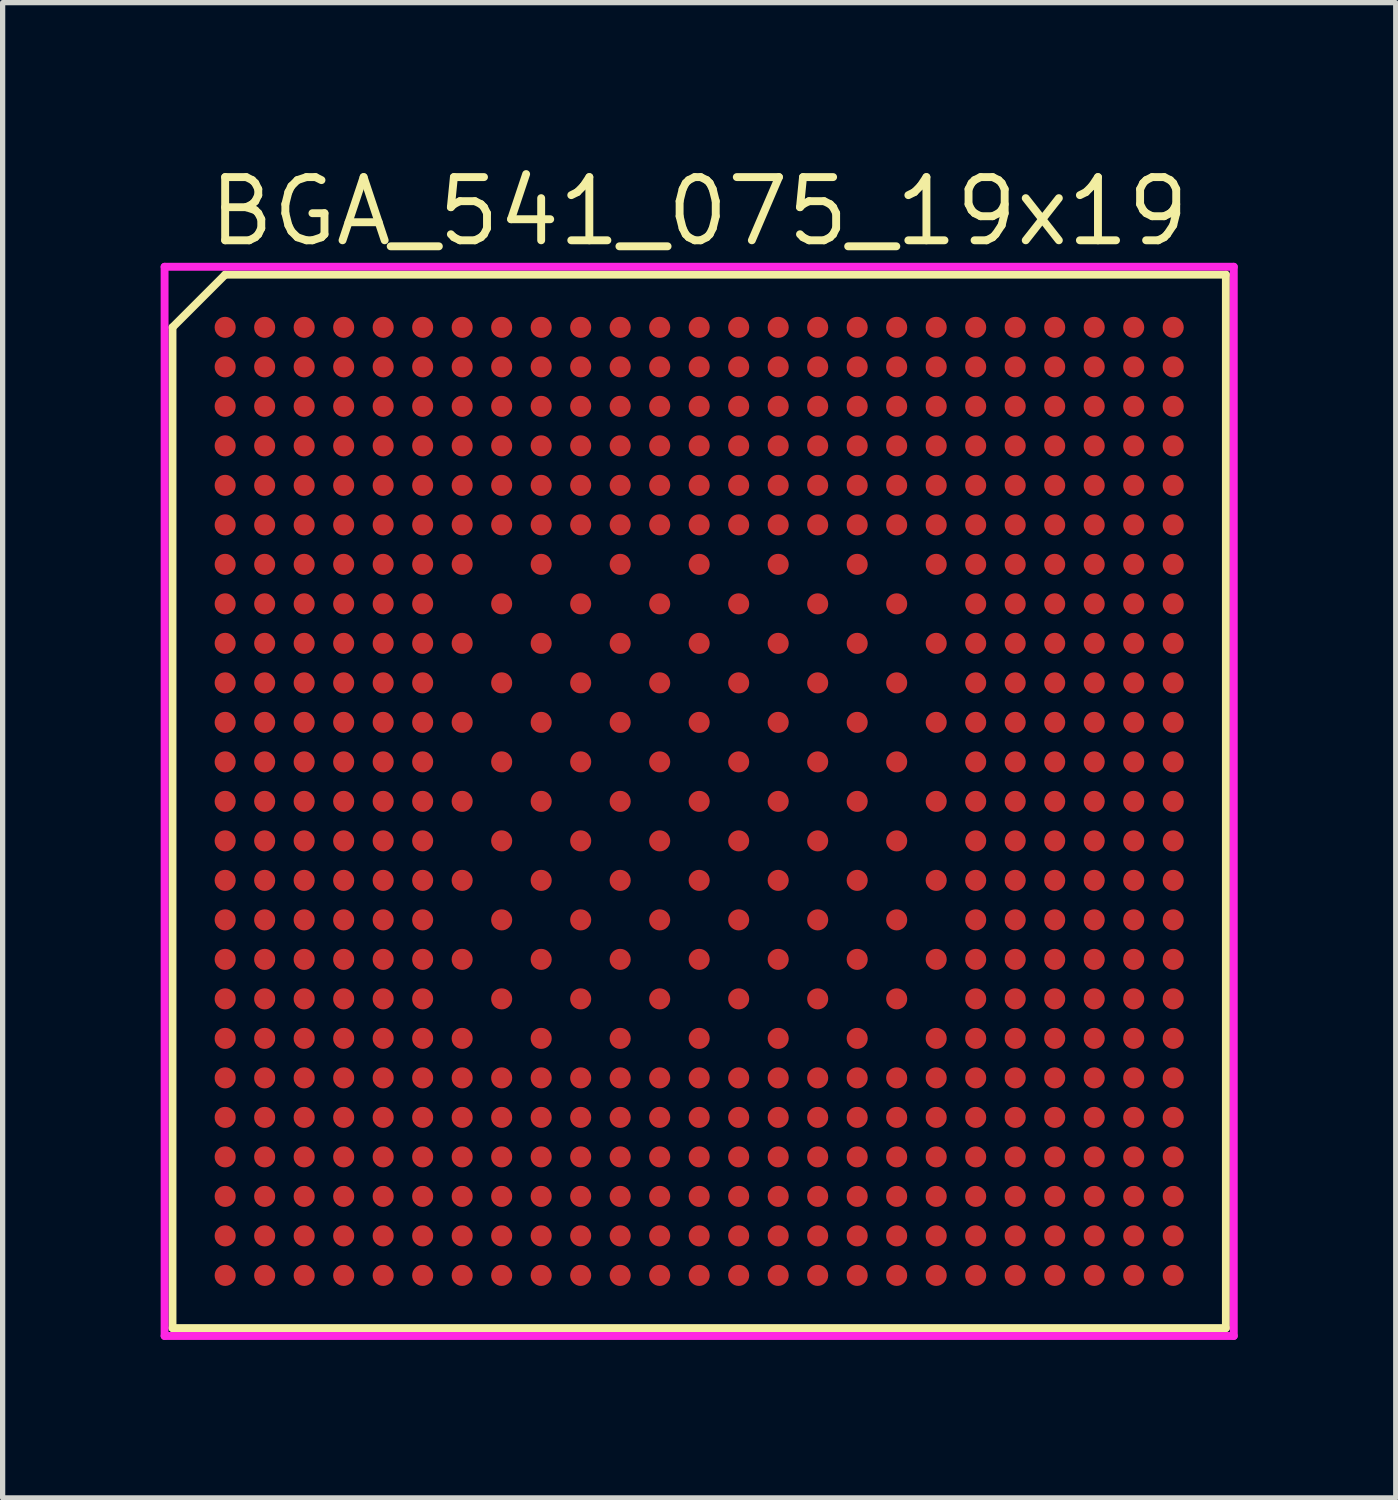
<source format=kicad_pcb>
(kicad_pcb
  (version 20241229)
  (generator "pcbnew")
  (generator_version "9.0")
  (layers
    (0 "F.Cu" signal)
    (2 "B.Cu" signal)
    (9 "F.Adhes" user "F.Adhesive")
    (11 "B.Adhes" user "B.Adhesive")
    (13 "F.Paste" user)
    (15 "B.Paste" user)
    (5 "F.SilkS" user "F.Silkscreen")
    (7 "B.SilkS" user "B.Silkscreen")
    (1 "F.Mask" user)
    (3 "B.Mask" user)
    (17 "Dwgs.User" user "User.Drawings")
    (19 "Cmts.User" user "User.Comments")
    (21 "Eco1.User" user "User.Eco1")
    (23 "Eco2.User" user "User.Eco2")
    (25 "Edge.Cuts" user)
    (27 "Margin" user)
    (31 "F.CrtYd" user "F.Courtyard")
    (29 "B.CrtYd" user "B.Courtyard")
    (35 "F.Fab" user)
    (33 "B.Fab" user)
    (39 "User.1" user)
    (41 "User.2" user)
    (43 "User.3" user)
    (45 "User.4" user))
  (footprint "BGA_541_075_19x19"
    (layer "F.Cu")
    (at 10.225 12.165)
    (property "Reference" "BGA_541_075_19x19" (at 0 -11.2 0) (layer "F.SilkS") (effects (font (size 1.2 1.2) (thickness 0.15))))
    (attr through_hole)
    (fp_line (start -10 -9) (end -10 10) (stroke (width 0.15) (type solid)) (layer "F.SilkS"))
    (fp_line (start -10 10) (end 10 10) (stroke (width 0.15) (type solid)) (layer "F.SilkS"))
    (fp_line (start -9 -10) (end -10 -9) (stroke (width 0.15) (type solid)) (layer "F.SilkS"))
    (fp_line (start 10 -10) (end -9 -10) (stroke (width 0.15) (type solid)) (layer "F.SilkS"))
    (fp_line (start 10 10) (end 10 -10) (stroke (width 0.15) (type solid)) (layer "F.SilkS"))
    (fp_line (start -10.15 -10.15) (end 10.15 -10.15) (stroke (width 0.15) (type solid)) (layer "F.CrtYd"))
    (fp_line (start -10.15 10.15) (end -10.15 -10.15) (stroke (width 0.15) (type solid)) (layer "F.CrtYd"))
    (fp_line (start 10.15 -10.15) (end 10.15 10.15) (stroke (width 0.15) (type solid)) (layer "F.CrtYd"))
    (fp_line (start 10.15 10.15) (end -10.15 10.15) (stroke (width 0.15) (type solid)) (layer "F.CrtYd"))
    (pad "A01" smd circle (at -9 -9) (size 0.4 0.4) (layers "F.Cu" "F.Mask" "F.Paste"))
    (pad "A02" smd circle (at -8.25 -9) (size 0.4 0.4) (layers "F.Cu" "F.Mask" "F.Paste"))
    (pad "A03" smd circle (at -7.5 -9) (size 0.4 0.4) (layers "F.Cu" "F.Mask" "F.Paste"))
    (pad "A04" smd circle (at -6.75 -9) (size 0.4 0.4) (layers "F.Cu" "F.Mask" "F.Paste"))
    (pad "A05" smd circle (at -6 -9) (size 0.4 0.4) (layers "F.Cu" "F.Mask" "F.Paste"))
    (pad "A06" smd circle (at -5.25 -9) (size 0.4 0.4) (layers "F.Cu" "F.Mask" "F.Paste"))
    (pad "A07" smd circle (at -4.5 -9) (size 0.4 0.4) (layers "F.Cu" "F.Mask" "F.Paste"))
    (pad "A08" smd circle (at -3.75 -9) (size 0.4 0.4) (layers "F.Cu" "F.Mask" "F.Paste"))
    (pad "A09" smd circle (at -3 -9) (size 0.4 0.4) (layers "F.Cu" "F.Mask" "F.Paste"))
    (pad "A10" smd circle (at -2.25 -9) (size 0.4 0.4) (layers "F.Cu" "F.Mask" "F.Paste"))
    (pad "A11" smd circle (at -1.5 -9) (size 0.4 0.4) (layers "F.Cu" "F.Mask" "F.Paste"))
    (pad "A12" smd circle (at -0.75 -9) (size 0.4 0.4) (layers "F.Cu" "F.Mask" "F.Paste"))
    (pad "A13" smd circle (at 0 -9) (size 0.4 0.4) (layers "F.Cu" "F.Mask" "F.Paste"))
    (pad "A14" smd circle (at 0.75 -9) (size 0.4 0.4) (layers "F.Cu" "F.Mask" "F.Paste"))
    (pad "A15" smd circle (at 1.5 -9) (size 0.4 0.4) (layers "F.Cu" "F.Mask" "F.Paste"))
    (pad "A16" smd circle (at 2.25 -9) (size 0.4 0.4) (layers "F.Cu" "F.Mask" "F.Paste"))
    (pad "A17" smd circle (at 3 -9) (size 0.4 0.4) (layers "F.Cu" "F.Mask" "F.Paste"))
    (pad "A18" smd circle (at 3.75 -9) (size 0.4 0.4) (layers "F.Cu" "F.Mask" "F.Paste"))
    (pad "A19" smd circle (at 4.5 -9) (size 0.4 0.4) (layers "F.Cu" "F.Mask" "F.Paste"))
    (pad "A20" smd circle (at 5.25 -9) (size 0.4 0.4) (layers "F.Cu" "F.Mask" "F.Paste"))
    (pad "A21" smd circle (at 6 -9) (size 0.4 0.4) (layers "F.Cu" "F.Mask" "F.Paste"))
    (pad "A22" smd circle (at 6.75 -9) (size 0.4 0.4) (layers "F.Cu" "F.Mask" "F.Paste"))
    (pad "A23" smd circle (at 7.5 -9) (size 0.4 0.4) (layers "F.Cu" "F.Mask" "F.Paste"))
    (pad "A24" smd circle (at 8.25 -9) (size 0.4 0.4) (layers "F.Cu" "F.Mask" "F.Paste"))
    (pad "A25" smd circle (at 9 -9) (size 0.4 0.4) (layers "F.Cu" "F.Mask" "F.Paste"))
    (pad "AA01" smd circle (at -9 6) (size 0.4 0.4) (layers "F.Cu" "F.Mask" "F.Paste"))
    (pad "AA02" smd circle (at -8.25 6) (size 0.4 0.4) (layers "F.Cu" "F.Mask" "F.Paste"))
    (pad "AA03" smd circle (at -7.5 6) (size 0.4 0.4) (layers "F.Cu" "F.Mask" "F.Paste"))
    (pad "AA04" smd circle (at -6.75 6) (size 0.4 0.4) (layers "F.Cu" "F.Mask" "F.Paste"))
    (pad "AA05" smd circle (at -6 6) (size 0.4 0.4) (layers "F.Cu" "F.Mask" "F.Paste"))
    (pad "AA06" smd circle (at -5.25 6) (size 0.4 0.4) (layers "F.Cu" "F.Mask" "F.Paste"))
    (pad "AA07" smd circle (at -4.5 6) (size 0.4 0.4) (layers "F.Cu" "F.Mask" "F.Paste"))
    (pad "AA08" smd circle (at -3.75 6) (size 0.4 0.4) (layers "F.Cu" "F.Mask" "F.Paste"))
    (pad "AA09" smd circle (at -3 6) (size 0.4 0.4) (layers "F.Cu" "F.Mask" "F.Paste"))
    (pad "AA10" smd circle (at -2.25 6) (size 0.4 0.4) (layers "F.Cu" "F.Mask" "F.Paste"))
    (pad "AA11" smd circle (at -1.5 6) (size 0.4 0.4) (layers "F.Cu" "F.Mask" "F.Paste"))
    (pad "AA12" smd circle (at -0.75 6) (size 0.4 0.4) (layers "F.Cu" "F.Mask" "F.Paste"))
    (pad "AA13" smd circle (at 0 6) (size 0.4 0.4) (layers "F.Cu" "F.Mask" "F.Paste"))
    (pad "AA14" smd circle (at 0.75 6) (size 0.4 0.4) (layers "F.Cu" "F.Mask" "F.Paste"))
    (pad "AA15" smd circle (at 1.5 6) (size 0.4 0.4) (layers "F.Cu" "F.Mask" "F.Paste"))
    (pad "AA16" smd circle (at 2.25 6) (size 0.4 0.4) (layers "F.Cu" "F.Mask" "F.Paste"))
    (pad "AA17" smd circle (at 3 6) (size 0.4 0.4) (layers "F.Cu" "F.Mask" "F.Paste"))
    (pad "AA18" smd circle (at 3.75 6) (size 0.4 0.4) (layers "F.Cu" "F.Mask" "F.Paste"))
    (pad "AA19" smd circle (at 4.5 6) (size 0.4 0.4) (layers "F.Cu" "F.Mask" "F.Paste"))
    (pad "AA20" smd circle (at 5.25 6) (size 0.4 0.4) (layers "F.Cu" "F.Mask" "F.Paste"))
    (pad "AA21" smd circle (at 6 6) (size 0.4 0.4) (layers "F.Cu" "F.Mask" "F.Paste"))
    (pad "AA22" smd circle (at 6.75 6) (size 0.4 0.4) (layers "F.Cu" "F.Mask" "F.Paste"))
    (pad "AA23" smd circle (at 7.5 6) (size 0.4 0.4) (layers "F.Cu" "F.Mask" "F.Paste"))
    (pad "AA24" smd circle (at 8.25 6) (size 0.4 0.4) (layers "F.Cu" "F.Mask" "F.Paste"))
    (pad "AA25" smd circle (at 9 6) (size 0.4 0.4) (layers "F.Cu" "F.Mask" "F.Paste"))
    (pad "AB01" smd circle (at -9 6.75) (size 0.4 0.4) (layers "F.Cu" "F.Mask" "F.Paste"))
    (pad "AB02" smd circle (at -8.25 6.75) (size 0.4 0.4) (layers "F.Cu" "F.Mask" "F.Paste"))
    (pad "AB03" smd circle (at -7.5 6.75) (size 0.4 0.4) (layers "F.Cu" "F.Mask" "F.Paste"))
    (pad "AB04" smd circle (at -6.75 6.75) (size 0.4 0.4) (layers "F.Cu" "F.Mask" "F.Paste"))
    (pad "AB05" smd circle (at -6 6.75) (size 0.4 0.4) (layers "F.Cu" "F.Mask" "F.Paste"))
    (pad "AB06" smd circle (at -5.25 6.75) (size 0.4 0.4) (layers "F.Cu" "F.Mask" "F.Paste"))
    (pad "AB07" smd circle (at -4.5 6.75) (size 0.4 0.4) (layers "F.Cu" "F.Mask" "F.Paste"))
    (pad "AB08" smd circle (at -3.75 6.75) (size 0.4 0.4) (layers "F.Cu" "F.Mask" "F.Paste"))
    (pad "AB09" smd circle (at -3 6.75) (size 0.4 0.4) (layers "F.Cu" "F.Mask" "F.Paste"))
    (pad "AB10" smd circle (at -2.25 6.75) (size 0.4 0.4) (layers "F.Cu" "F.Mask" "F.Paste"))
    (pad "AB11" smd circle (at -1.5 6.75) (size 0.4 0.4) (layers "F.Cu" "F.Mask" "F.Paste"))
    (pad "AB12" smd circle (at -0.75 6.75) (size 0.4 0.4) (layers "F.Cu" "F.Mask" "F.Paste"))
    (pad "AB13" smd circle (at 0 6.75) (size 0.4 0.4) (layers "F.Cu" "F.Mask" "F.Paste"))
    (pad "AB14" smd circle (at 0.75 6.75) (size 0.4 0.4) (layers "F.Cu" "F.Mask" "F.Paste"))
    (pad "AB15" smd circle (at 1.5 6.75) (size 0.4 0.4) (layers "F.Cu" "F.Mask" "F.Paste"))
    (pad "AB16" smd circle (at 2.25 6.75) (size 0.4 0.4) (layers "F.Cu" "F.Mask" "F.Paste"))
    (pad "AB17" smd circle (at 3 6.75) (size 0.4 0.4) (layers "F.Cu" "F.Mask" "F.Paste"))
    (pad "AB18" smd circle (at 3.75 6.75) (size 0.4 0.4) (layers "F.Cu" "F.Mask" "F.Paste"))
    (pad "AB19" smd circle (at 4.5 6.75) (size 0.4 0.4) (layers "F.Cu" "F.Mask" "F.Paste"))
    (pad "AB20" smd circle (at 5.25 6.75) (size 0.4 0.4) (layers "F.Cu" "F.Mask" "F.Paste"))
    (pad "AB21" smd circle (at 6 6.75) (size 0.4 0.4) (layers "F.Cu" "F.Mask" "F.Paste"))
    (pad "AB22" smd circle (at 6.75 6.75) (size 0.4 0.4) (layers "F.Cu" "F.Mask" "F.Paste"))
    (pad "AB23" smd circle (at 7.5 6.75) (size 0.4 0.4) (layers "F.Cu" "F.Mask" "F.Paste"))
    (pad "AB24" smd circle (at 8.25 6.75) (size 0.4 0.4) (layers "F.Cu" "F.Mask" "F.Paste"))
    (pad "AB25" smd circle (at 9 6.75) (size 0.4 0.4) (layers "F.Cu" "F.Mask" "F.Paste"))
    (pad "AC01" smd circle (at -9 7.5) (size 0.4 0.4) (layers "F.Cu" "F.Mask" "F.Paste"))
    (pad "AC02" smd circle (at -8.25 7.5) (size 0.4 0.4) (layers "F.Cu" "F.Mask" "F.Paste"))
    (pad "AC03" smd circle (at -7.5 7.5) (size 0.4 0.4) (layers "F.Cu" "F.Mask" "F.Paste"))
    (pad "AC04" smd circle (at -6.75 7.5) (size 0.4 0.4) (layers "F.Cu" "F.Mask" "F.Paste"))
    (pad "AC05" smd circle (at -6 7.5) (size 0.4 0.4) (layers "F.Cu" "F.Mask" "F.Paste"))
    (pad "AC06" smd circle (at -5.25 7.5) (size 0.4 0.4) (layers "F.Cu" "F.Mask" "F.Paste"))
    (pad "AC07" smd circle (at -4.5 7.5) (size 0.4 0.4) (layers "F.Cu" "F.Mask" "F.Paste"))
    (pad "AC08" smd circle (at -3.75 7.5) (size 0.4 0.4) (layers "F.Cu" "F.Mask" "F.Paste"))
    (pad "AC09" smd circle (at -3 7.5) (size 0.4 0.4) (layers "F.Cu" "F.Mask" "F.Paste"))
    (pad "AC10" smd circle (at -2.25 7.5) (size 0.4 0.4) (layers "F.Cu" "F.Mask" "F.Paste"))
    (pad "AC11" smd circle (at -1.5 7.5) (size 0.4 0.4) (layers "F.Cu" "F.Mask" "F.Paste"))
    (pad "AC12" smd circle (at -0.75 7.5) (size 0.4 0.4) (layers "F.Cu" "F.Mask" "F.Paste"))
    (pad "AC13" smd circle (at 0 7.5) (size 0.4 0.4) (layers "F.Cu" "F.Mask" "F.Paste"))
    (pad "AC14" smd circle (at 0.75 7.5) (size 0.4 0.4) (layers "F.Cu" "F.Mask" "F.Paste"))
    (pad "AC15" smd circle (at 1.5 7.5) (size 0.4 0.4) (layers "F.Cu" "F.Mask" "F.Paste"))
    (pad "AC16" smd circle (at 2.25 7.5) (size 0.4 0.4) (layers "F.Cu" "F.Mask" "F.Paste"))
    (pad "AC17" smd circle (at 3 7.5) (size 0.4 0.4) (layers "F.Cu" "F.Mask" "F.Paste"))
    (pad "AC18" smd circle (at 3.75 7.5) (size 0.4 0.4) (layers "F.Cu" "F.Mask" "F.Paste"))
    (pad "AC19" smd circle (at 4.5 7.5) (size 0.4 0.4) (layers "F.Cu" "F.Mask" "F.Paste"))
    (pad "AC20" smd circle (at 5.25 7.5) (size 0.4 0.4) (layers "F.Cu" "F.Mask" "F.Paste"))
    (pad "AC21" smd circle (at 6 7.5) (size 0.4 0.4) (layers "F.Cu" "F.Mask" "F.Paste"))
    (pad "AC22" smd circle (at 6.75 7.5) (size 0.4 0.4) (layers "F.Cu" "F.Mask" "F.Paste"))
    (pad "AC23" smd circle (at 7.5 7.5) (size 0.4 0.4) (layers "F.Cu" "F.Mask" "F.Paste"))
    (pad "AC24" smd circle (at 8.25 7.5) (size 0.4 0.4) (layers "F.Cu" "F.Mask" "F.Paste"))
    (pad "AC25" smd circle (at 9 7.5) (size 0.4 0.4) (layers "F.Cu" "F.Mask" "F.Paste"))
    (pad "AD01" smd circle (at -9 8.25) (size 0.4 0.4) (layers "F.Cu" "F.Mask" "F.Paste"))
    (pad "AD02" smd circle (at -8.25 8.25) (size 0.4 0.4) (layers "F.Cu" "F.Mask" "F.Paste"))
    (pad "AD03" smd circle (at -7.5 8.25) (size 0.4 0.4) (layers "F.Cu" "F.Mask" "F.Paste"))
    (pad "AD04" smd circle (at -6.75 8.25) (size 0.4 0.4) (layers "F.Cu" "F.Mask" "F.Paste"))
    (pad "AD05" smd circle (at -6 8.25) (size 0.4 0.4) (layers "F.Cu" "F.Mask" "F.Paste"))
    (pad "AD06" smd circle (at -5.25 8.25) (size 0.4 0.4) (layers "F.Cu" "F.Mask" "F.Paste"))
    (pad "AD07" smd circle (at -4.5 8.25) (size 0.4 0.4) (layers "F.Cu" "F.Mask" "F.Paste"))
    (pad "AD08" smd circle (at -3.75 8.25) (size 0.4 0.4) (layers "F.Cu" "F.Mask" "F.Paste"))
    (pad "AD09" smd circle (at -3 8.25) (size 0.4 0.4) (layers "F.Cu" "F.Mask" "F.Paste"))
    (pad "AD10" smd circle (at -2.25 8.25) (size 0.4 0.4) (layers "F.Cu" "F.Mask" "F.Paste"))
    (pad "AD11" smd circle (at -1.5 8.25) (size 0.4 0.4) (layers "F.Cu" "F.Mask" "F.Paste"))
    (pad "AD12" smd circle (at -0.75 8.25) (size 0.4 0.4) (layers "F.Cu" "F.Mask" "F.Paste"))
    (pad "AD13" smd circle (at 0 8.25) (size 0.4 0.4) (layers "F.Cu" "F.Mask" "F.Paste"))
    (pad "AD14" smd circle (at 0.75 8.25) (size 0.4 0.4) (layers "F.Cu" "F.Mask" "F.Paste"))
    (pad "AD15" smd circle (at 1.5 8.25) (size 0.4 0.4) (layers "F.Cu" "F.Mask" "F.Paste"))
    (pad "AD16" smd circle (at 2.25 8.25) (size 0.4 0.4) (layers "F.Cu" "F.Mask" "F.Paste"))
    (pad "AD17" smd circle (at 3 8.25) (size 0.4 0.4) (layers "F.Cu" "F.Mask" "F.Paste"))
    (pad "AD18" smd circle (at 3.75 8.25) (size 0.4 0.4) (layers "F.Cu" "F.Mask" "F.Paste"))
    (pad "AD19" smd circle (at 4.5 8.25) (size 0.4 0.4) (layers "F.Cu" "F.Mask" "F.Paste"))
    (pad "AD20" smd circle (at 5.25 8.25) (size 0.4 0.4) (layers "F.Cu" "F.Mask" "F.Paste"))
    (pad "AD21" smd circle (at 6 8.25) (size 0.4 0.4) (layers "F.Cu" "F.Mask" "F.Paste"))
    (pad "AD22" smd circle (at 6.75 8.25) (size 0.4 0.4) (layers "F.Cu" "F.Mask" "F.Paste"))
    (pad "AD23" smd circle (at 7.5 8.25) (size 0.4 0.4) (layers "F.Cu" "F.Mask" "F.Paste"))
    (pad "AD24" smd circle (at 8.25 8.25) (size 0.4 0.4) (layers "F.Cu" "F.Mask" "F.Paste"))
    (pad "AD25" smd circle (at 9 8.25) (size 0.4 0.4) (layers "F.Cu" "F.Mask" "F.Paste"))
    (pad "AE01" smd circle (at -9 9) (size 0.4 0.4) (layers "F.Cu" "F.Mask" "F.Paste"))
    (pad "AE02" smd circle (at -8.25 9) (size 0.4 0.4) (layers "F.Cu" "F.Mask" "F.Paste"))
    (pad "AE03" smd circle (at -7.5 9) (size 0.4 0.4) (layers "F.Cu" "F.Mask" "F.Paste"))
    (pad "AE04" smd circle (at -6.75 9) (size 0.4 0.4) (layers "F.Cu" "F.Mask" "F.Paste"))
    (pad "AE05" smd circle (at -6 9) (size 0.4 0.4) (layers "F.Cu" "F.Mask" "F.Paste"))
    (pad "AE06" smd circle (at -5.25 9) (size 0.4 0.4) (layers "F.Cu" "F.Mask" "F.Paste"))
    (pad "AE07" smd circle (at -4.5 9) (size 0.4 0.4) (layers "F.Cu" "F.Mask" "F.Paste"))
    (pad "AE08" smd circle (at -3.75 9) (size 0.4 0.4) (layers "F.Cu" "F.Mask" "F.Paste"))
    (pad "AE09" smd circle (at -3 9) (size 0.4 0.4) (layers "F.Cu" "F.Mask" "F.Paste"))
    (pad "AE10" smd circle (at -2.25 9) (size 0.4 0.4) (layers "F.Cu" "F.Mask" "F.Paste"))
    (pad "AE11" smd circle (at -1.5 9) (size 0.4 0.4) (layers "F.Cu" "F.Mask" "F.Paste"))
    (pad "AE12" smd circle (at -0.75 9) (size 0.4 0.4) (layers "F.Cu" "F.Mask" "F.Paste"))
    (pad "AE13" smd circle (at 0 9) (size 0.4 0.4) (layers "F.Cu" "F.Mask" "F.Paste"))
    (pad "AE14" smd circle (at 0.75 9) (size 0.4 0.4) (layers "F.Cu" "F.Mask" "F.Paste"))
    (pad "AE15" smd circle (at 1.5 9) (size 0.4 0.4) (layers "F.Cu" "F.Mask" "F.Paste"))
    (pad "AE16" smd circle (at 2.25 9) (size 0.4 0.4) (layers "F.Cu" "F.Mask" "F.Paste"))
    (pad "AE17" smd circle (at 3 9) (size 0.4 0.4) (layers "F.Cu" "F.Mask" "F.Paste"))
    (pad "AE18" smd circle (at 3.75 9) (size 0.4 0.4) (layers "F.Cu" "F.Mask" "F.Paste"))
    (pad "AE19" smd circle (at 4.5 9) (size 0.4 0.4) (layers "F.Cu" "F.Mask" "F.Paste"))
    (pad "AE20" smd circle (at 5.25 9) (size 0.4 0.4) (layers "F.Cu" "F.Mask" "F.Paste"))
    (pad "AE21" smd circle (at 6 9) (size 0.4 0.4) (layers "F.Cu" "F.Mask" "F.Paste"))
    (pad "AE22" smd circle (at 6.75 9) (size 0.4 0.4) (layers "F.Cu" "F.Mask" "F.Paste"))
    (pad "AE23" smd circle (at 7.5 9) (size 0.4 0.4) (layers "F.Cu" "F.Mask" "F.Paste"))
    (pad "AE24" smd circle (at 8.25 9) (size 0.4 0.4) (layers "F.Cu" "F.Mask" "F.Paste"))
    (pad "AE25" smd circle (at 9 9) (size 0.4 0.4) (layers "F.Cu" "F.Mask" "F.Paste"))
    (pad "B01" smd circle (at -9 -8.25) (size 0.4 0.4) (layers "F.Cu" "F.Mask" "F.Paste"))
    (pad "B02" smd circle (at -8.25 -8.25) (size 0.4 0.4) (layers "F.Cu" "F.Mask" "F.Paste"))
    (pad "B03" smd circle (at -7.5 -8.25) (size 0.4 0.4) (layers "F.Cu" "F.Mask" "F.Paste"))
    (pad "B04" smd circle (at -6.75 -8.25) (size 0.4 0.4) (layers "F.Cu" "F.Mask" "F.Paste"))
    (pad "B05" smd circle (at -6 -8.25) (size 0.4 0.4) (layers "F.Cu" "F.Mask" "F.Paste"))
    (pad "B06" smd circle (at -5.25 -8.25) (size 0.4 0.4) (layers "F.Cu" "F.Mask" "F.Paste"))
    (pad "B07" smd circle (at -4.5 -8.25) (size 0.4 0.4) (layers "F.Cu" "F.Mask" "F.Paste"))
    (pad "B08" smd circle (at -3.75 -8.25) (size 0.4 0.4) (layers "F.Cu" "F.Mask" "F.Paste"))
    (pad "B09" smd circle (at -3 -8.25) (size 0.4 0.4) (layers "F.Cu" "F.Mask" "F.Paste"))
    (pad "B10" smd circle (at -2.25 -8.25) (size 0.4 0.4) (layers "F.Cu" "F.Mask" "F.Paste"))
    (pad "B11" smd circle (at -1.5 -8.25) (size 0.4 0.4) (layers "F.Cu" "F.Mask" "F.Paste"))
    (pad "B12" smd circle (at -0.75 -8.25) (size 0.4 0.4) (layers "F.Cu" "F.Mask" "F.Paste"))
    (pad "B13" smd circle (at 0 -8.25) (size 0.4 0.4) (layers "F.Cu" "F.Mask" "F.Paste"))
    (pad "B14" smd circle (at 0.75 -8.25) (size 0.4 0.4) (layers "F.Cu" "F.Mask" "F.Paste"))
    (pad "B15" smd circle (at 1.5 -8.25) (size 0.4 0.4) (layers "F.Cu" "F.Mask" "F.Paste"))
    (pad "B16" smd circle (at 2.25 -8.25) (size 0.4 0.4) (layers "F.Cu" "F.Mask" "F.Paste"))
    (pad "B17" smd circle (at 3 -8.25) (size 0.4 0.4) (layers "F.Cu" "F.Mask" "F.Paste"))
    (pad "B18" smd circle (at 3.75 -8.25) (size 0.4 0.4) (layers "F.Cu" "F.Mask" "F.Paste"))
    (pad "B19" smd circle (at 4.5 -8.25) (size 0.4 0.4) (layers "F.Cu" "F.Mask" "F.Paste"))
    (pad "B20" smd circle (at 5.25 -8.25) (size 0.4 0.4) (layers "F.Cu" "F.Mask" "F.Paste"))
    (pad "B21" smd circle (at 6 -8.25) (size 0.4 0.4) (layers "F.Cu" "F.Mask" "F.Paste"))
    (pad "B22" smd circle (at 6.75 -8.25) (size 0.4 0.4) (layers "F.Cu" "F.Mask" "F.Paste"))
    (pad "B23" smd circle (at 7.5 -8.25) (size 0.4 0.4) (layers "F.Cu" "F.Mask" "F.Paste"))
    (pad "B24" smd circle (at 8.25 -8.25) (size 0.4 0.4) (layers "F.Cu" "F.Mask" "F.Paste"))
    (pad "B25" smd circle (at 9 -8.25) (size 0.4 0.4) (layers "F.Cu" "F.Mask" "F.Paste"))
    (pad "C01" smd circle (at -9 -7.5) (size 0.4 0.4) (layers "F.Cu" "F.Mask" "F.Paste"))
    (pad "C02" smd circle (at -8.25 -7.5) (size 0.4 0.4) (layers "F.Cu" "F.Mask" "F.Paste"))
    (pad "C03" smd circle (at -7.5 -7.5) (size 0.4 0.4) (layers "F.Cu" "F.Mask" "F.Paste"))
    (pad "C04" smd circle (at -6.75 -7.5) (size 0.4 0.4) (layers "F.Cu" "F.Mask" "F.Paste"))
    (pad "C05" smd circle (at -6 -7.5) (size 0.4 0.4) (layers "F.Cu" "F.Mask" "F.Paste"))
    (pad "C06" smd circle (at -5.25 -7.5) (size 0.4 0.4) (layers "F.Cu" "F.Mask" "F.Paste"))
    (pad "C07" smd circle (at -4.5 -7.5) (size 0.4 0.4) (layers "F.Cu" "F.Mask" "F.Paste"))
    (pad "C08" smd circle (at -3.75 -7.5) (size 0.4 0.4) (layers "F.Cu" "F.Mask" "F.Paste"))
    (pad "C09" smd circle (at -3 -7.5) (size 0.4 0.4) (layers "F.Cu" "F.Mask" "F.Paste"))
    (pad "C10" smd circle (at -2.25 -7.5) (size 0.4 0.4) (layers "F.Cu" "F.Mask" "F.Paste"))
    (pad "C11" smd circle (at -1.5 -7.5) (size 0.4 0.4) (layers "F.Cu" "F.Mask" "F.Paste"))
    (pad "C12" smd circle (at -0.75 -7.5) (size 0.4 0.4) (layers "F.Cu" "F.Mask" "F.Paste"))
    (pad "C13" smd circle (at 0 -7.5) (size 0.4 0.4) (layers "F.Cu" "F.Mask" "F.Paste"))
    (pad "C14" smd circle (at 0.75 -7.5) (size 0.4 0.4) (layers "F.Cu" "F.Mask" "F.Paste"))
    (pad "C15" smd circle (at 1.5 -7.5) (size 0.4 0.4) (layers "F.Cu" "F.Mask" "F.Paste"))
    (pad "C16" smd circle (at 2.25 -7.5) (size 0.4 0.4) (layers "F.Cu" "F.Mask" "F.Paste"))
    (pad "C17" smd circle (at 3 -7.5) (size 0.4 0.4) (layers "F.Cu" "F.Mask" "F.Paste"))
    (pad "C18" smd circle (at 3.75 -7.5) (size 0.4 0.4) (layers "F.Cu" "F.Mask" "F.Paste"))
    (pad "C19" smd circle (at 4.5 -7.5) (size 0.4 0.4) (layers "F.Cu" "F.Mask" "F.Paste"))
    (pad "C20" smd circle (at 5.25 -7.5) (size 0.4 0.4) (layers "F.Cu" "F.Mask" "F.Paste"))
    (pad "C21" smd circle (at 6 -7.5) (size 0.4 0.4) (layers "F.Cu" "F.Mask" "F.Paste"))
    (pad "C22" smd circle (at 6.75 -7.5) (size 0.4 0.4) (layers "F.Cu" "F.Mask" "F.Paste"))
    (pad "C23" smd circle (at 7.5 -7.5) (size 0.4 0.4) (layers "F.Cu" "F.Mask" "F.Paste"))
    (pad "C24" smd circle (at 8.25 -7.5) (size 0.4 0.4) (layers "F.Cu" "F.Mask" "F.Paste"))
    (pad "C25" smd circle (at 9 -7.5) (size 0.4 0.4) (layers "F.Cu" "F.Mask" "F.Paste"))
    (pad "D01" smd circle (at -9 -6.75) (size 0.4 0.4) (layers "F.Cu" "F.Mask" "F.Paste"))
    (pad "D02" smd circle (at -8.25 -6.75) (size 0.4 0.4) (layers "F.Cu" "F.Mask" "F.Paste"))
    (pad "D03" smd circle (at -7.5 -6.75) (size 0.4 0.4) (layers "F.Cu" "F.Mask" "F.Paste"))
    (pad "D04" smd circle (at -6.75 -6.75) (size 0.4 0.4) (layers "F.Cu" "F.Mask" "F.Paste"))
    (pad "D05" smd circle (at -6 -6.75) (size 0.4 0.4) (layers "F.Cu" "F.Mask" "F.Paste"))
    (pad "D06" smd circle (at -5.25 -6.75) (size 0.4 0.4) (layers "F.Cu" "F.Mask" "F.Paste"))
    (pad "D07" smd circle (at -4.5 -6.75) (size 0.4 0.4) (layers "F.Cu" "F.Mask" "F.Paste"))
    (pad "D08" smd circle (at -3.75 -6.75) (size 0.4 0.4) (layers "F.Cu" "F.Mask" "F.Paste"))
    (pad "D09" smd circle (at -3 -6.75) (size 0.4 0.4) (layers "F.Cu" "F.Mask" "F.Paste"))
    (pad "D10" smd circle (at -2.25 -6.75) (size 0.4 0.4) (layers "F.Cu" "F.Mask" "F.Paste"))
    (pad "D11" smd circle (at -1.5 -6.75) (size 0.4 0.4) (layers "F.Cu" "F.Mask" "F.Paste"))
    (pad "D12" smd circle (at -0.75 -6.75) (size 0.4 0.4) (layers "F.Cu" "F.Mask" "F.Paste"))
    (pad "D13" smd circle (at 0 -6.75) (size 0.4 0.4) (layers "F.Cu" "F.Mask" "F.Paste"))
    (pad "D14" smd circle (at 0.75 -6.75) (size 0.4 0.4) (layers "F.Cu" "F.Mask" "F.Paste"))
    (pad "D15" smd circle (at 1.5 -6.75) (size 0.4 0.4) (layers "F.Cu" "F.Mask" "F.Paste"))
    (pad "D16" smd circle (at 2.25 -6.75) (size 0.4 0.4) (layers "F.Cu" "F.Mask" "F.Paste"))
    (pad "D17" smd circle (at 3 -6.75) (size 0.4 0.4) (layers "F.Cu" "F.Mask" "F.Paste"))
    (pad "D18" smd circle (at 3.75 -6.75) (size 0.4 0.4) (layers "F.Cu" "F.Mask" "F.Paste"))
    (pad "D19" smd circle (at 4.5 -6.75) (size 0.4 0.4) (layers "F.Cu" "F.Mask" "F.Paste"))
    (pad "D20" smd circle (at 5.25 -6.75) (size 0.4 0.4) (layers "F.Cu" "F.Mask" "F.Paste"))
    (pad "D21" smd circle (at 6 -6.75) (size 0.4 0.4) (layers "F.Cu" "F.Mask" "F.Paste"))
    (pad "D22" smd circle (at 6.75 -6.75) (size 0.4 0.4) (layers "F.Cu" "F.Mask" "F.Paste"))
    (pad "D23" smd circle (at 7.5 -6.75) (size 0.4 0.4) (layers "F.Cu" "F.Mask" "F.Paste"))
    (pad "D24" smd circle (at 8.25 -6.75) (size 0.4 0.4) (layers "F.Cu" "F.Mask" "F.Paste"))
    (pad "D25" smd circle (at 9 -6.75) (size 0.4 0.4) (layers "F.Cu" "F.Mask" "F.Paste"))
    (pad "E01" smd circle (at -9 -6) (size 0.4 0.4) (layers "F.Cu" "F.Mask" "F.Paste"))
    (pad "E02" smd circle (at -8.25 -6) (size 0.4 0.4) (layers "F.Cu" "F.Mask" "F.Paste"))
    (pad "E03" smd circle (at -7.5 -6) (size 0.4 0.4) (layers "F.Cu" "F.Mask" "F.Paste"))
    (pad "E04" smd circle (at -6.75 -6) (size 0.4 0.4) (layers "F.Cu" "F.Mask" "F.Paste"))
    (pad "E05" smd circle (at -6 -6) (size 0.4 0.4) (layers "F.Cu" "F.Mask" "F.Paste"))
    (pad "E06" smd circle (at -5.25 -6) (size 0.4 0.4) (layers "F.Cu" "F.Mask" "F.Paste"))
    (pad "E07" smd circle (at -4.5 -6) (size 0.4 0.4) (layers "F.Cu" "F.Mask" "F.Paste"))
    (pad "E08" smd circle (at -3.75 -6) (size 0.4 0.4) (layers "F.Cu" "F.Mask" "F.Paste"))
    (pad "E09" smd circle (at -3 -6) (size 0.4 0.4) (layers "F.Cu" "F.Mask" "F.Paste"))
    (pad "E10" smd circle (at -2.25 -6) (size 0.4 0.4) (layers "F.Cu" "F.Mask" "F.Paste"))
    (pad "E11" smd circle (at -1.5 -6) (size 0.4 0.4) (layers "F.Cu" "F.Mask" "F.Paste"))
    (pad "E12" smd circle (at -0.75 -6) (size 0.4 0.4) (layers "F.Cu" "F.Mask" "F.Paste"))
    (pad "E13" smd circle (at 0 -6) (size 0.4 0.4) (layers "F.Cu" "F.Mask" "F.Paste"))
    (pad "E14" smd circle (at 0.75 -6) (size 0.4 0.4) (layers "F.Cu" "F.Mask" "F.Paste"))
    (pad "E15" smd circle (at 1.5 -6) (size 0.4 0.4) (layers "F.Cu" "F.Mask" "F.Paste"))
    (pad "E16" smd circle (at 2.25 -6) (size 0.4 0.4) (layers "F.Cu" "F.Mask" "F.Paste"))
    (pad "E17" smd circle (at 3 -6) (size 0.4 0.4) (layers "F.Cu" "F.Mask" "F.Paste"))
    (pad "E18" smd circle (at 3.75 -6) (size 0.4 0.4) (layers "F.Cu" "F.Mask" "F.Paste"))
    (pad "E19" smd circle (at 4.5 -6) (size 0.4 0.4) (layers "F.Cu" "F.Mask" "F.Paste"))
    (pad "E20" smd circle (at 5.25 -6) (size 0.4 0.4) (layers "F.Cu" "F.Mask" "F.Paste"))
    (pad "E21" smd circle (at 6 -6) (size 0.4 0.4) (layers "F.Cu" "F.Mask" "F.Paste"))
    (pad "E22" smd circle (at 6.75 -6) (size 0.4 0.4) (layers "F.Cu" "F.Mask" "F.Paste"))
    (pad "E23" smd circle (at 7.5 -6) (size 0.4 0.4) (layers "F.Cu" "F.Mask" "F.Paste"))
    (pad "E24" smd circle (at 8.25 -6) (size 0.4 0.4) (layers "F.Cu" "F.Mask" "F.Paste"))
    (pad "E25" smd circle (at 9 -6) (size 0.4 0.4) (layers "F.Cu" "F.Mask" "F.Paste"))
    (pad "F01" smd circle (at -9 -5.25) (size 0.4 0.4) (layers "F.Cu" "F.Mask" "F.Paste"))
    (pad "F02" smd circle (at -8.25 -5.25) (size 0.4 0.4) (layers "F.Cu" "F.Mask" "F.Paste"))
    (pad "F03" smd circle (at -7.5 -5.25) (size 0.4 0.4) (layers "F.Cu" "F.Mask" "F.Paste"))
    (pad "F04" smd circle (at -6.75 -5.25) (size 0.4 0.4) (layers "F.Cu" "F.Mask" "F.Paste"))
    (pad "F05" smd circle (at -6 -5.25) (size 0.4 0.4) (layers "F.Cu" "F.Mask" "F.Paste"))
    (pad "F06" smd circle (at -5.25 -5.25) (size 0.4 0.4) (layers "F.Cu" "F.Mask" "F.Paste"))
    (pad "F07" smd circle (at -4.5 -5.25) (size 0.4 0.4) (layers "F.Cu" "F.Mask" "F.Paste"))
    (pad "F08" smd circle (at -3.75 -5.25) (size 0.4 0.4) (layers "F.Cu" "F.Mask" "F.Paste"))
    (pad "F09" smd circle (at -3 -5.25) (size 0.4 0.4) (layers "F.Cu" "F.Mask" "F.Paste"))
    (pad "F10" smd circle (at -2.25 -5.25) (size 0.4 0.4) (layers "F.Cu" "F.Mask" "F.Paste"))
    (pad "F11" smd circle (at -1.5 -5.25) (size 0.4 0.4) (layers "F.Cu" "F.Mask" "F.Paste"))
    (pad "F12" smd circle (at -0.75 -5.25) (size 0.4 0.4) (layers "F.Cu" "F.Mask" "F.Paste"))
    (pad "F13" smd circle (at 0 -5.25) (size 0.4 0.4) (layers "F.Cu" "F.Mask" "F.Paste"))
    (pad "F14" smd circle (at 0.75 -5.25) (size 0.4 0.4) (layers "F.Cu" "F.Mask" "F.Paste"))
    (pad "F15" smd circle (at 1.5 -5.25) (size 0.4 0.4) (layers "F.Cu" "F.Mask" "F.Paste"))
    (pad "F16" smd circle (at 2.25 -5.25) (size 0.4 0.4) (layers "F.Cu" "F.Mask" "F.Paste"))
    (pad "F17" smd circle (at 3 -5.25) (size 0.4 0.4) (layers "F.Cu" "F.Mask" "F.Paste"))
    (pad "F18" smd circle (at 3.75 -5.25) (size 0.4 0.4) (layers "F.Cu" "F.Mask" "F.Paste"))
    (pad "F19" smd circle (at 4.5 -5.25) (size 0.4 0.4) (layers "F.Cu" "F.Mask" "F.Paste"))
    (pad "F20" smd circle (at 5.25 -5.25) (size 0.4 0.4) (layers "F.Cu" "F.Mask" "F.Paste"))
    (pad "F21" smd circle (at 6 -5.25) (size 0.4 0.4) (layers "F.Cu" "F.Mask" "F.Paste"))
    (pad "F22" smd circle (at 6.75 -5.25) (size 0.4 0.4) (layers "F.Cu" "F.Mask" "F.Paste"))
    (pad "F23" smd circle (at 7.5 -5.25) (size 0.4 0.4) (layers "F.Cu" "F.Mask" "F.Paste"))
    (pad "F24" smd circle (at 8.25 -5.25) (size 0.4 0.4) (layers "F.Cu" "F.Mask" "F.Paste"))
    (pad "F25" smd circle (at 9 -5.25) (size 0.4 0.4) (layers "F.Cu" "F.Mask" "F.Paste"))
    (pad "G01" smd circle (at -9 -4.5) (size 0.4 0.4) (layers "F.Cu" "F.Mask" "F.Paste"))
    (pad "G02" smd circle (at -8.25 -4.5) (size 0.4 0.4) (layers "F.Cu" "F.Mask" "F.Paste"))
    (pad "G03" smd circle (at -7.5 -4.5) (size 0.4 0.4) (layers "F.Cu" "F.Mask" "F.Paste"))
    (pad "G04" smd circle (at -6.75 -4.5) (size 0.4 0.4) (layers "F.Cu" "F.Mask" "F.Paste"))
    (pad "G05" smd circle (at -6 -4.5) (size 0.4 0.4) (layers "F.Cu" "F.Mask" "F.Paste"))
    (pad "G06" smd circle (at -5.25 -4.5) (size 0.4 0.4) (layers "F.Cu" "F.Mask" "F.Paste"))
    (pad "G07" smd circle (at -4.5 -4.5) (size 0.4 0.4) (layers "F.Cu" "F.Mask" "F.Paste"))
    (pad "G09" smd circle (at -3 -4.5) (size 0.4 0.4) (layers "F.Cu" "F.Mask" "F.Paste"))
    (pad "G11" smd circle (at -1.5 -4.5) (size 0.4 0.4) (layers "F.Cu" "F.Mask" "F.Paste"))
    (pad "G13" smd circle (at 0 -4.5) (size 0.4 0.4) (layers "F.Cu" "F.Mask" "F.Paste"))
    (pad "G15" smd circle (at 1.5 -4.5) (size 0.4 0.4) (layers "F.Cu" "F.Mask" "F.Paste"))
    (pad "G17" smd circle (at 3 -4.5) (size 0.4 0.4) (layers "F.Cu" "F.Mask" "F.Paste"))
    (pad "G19" smd circle (at 4.5 -4.5) (size 0.4 0.4) (layers "F.Cu" "F.Mask" "F.Paste"))
    (pad "G20" smd circle (at 5.25 -4.5) (size 0.4 0.4) (layers "F.Cu" "F.Mask" "F.Paste"))
    (pad "G21" smd circle (at 6 -4.5) (size 0.4 0.4) (layers "F.Cu" "F.Mask" "F.Paste"))
    (pad "G22" smd circle (at 6.75 -4.5) (size 0.4 0.4) (layers "F.Cu" "F.Mask" "F.Paste"))
    (pad "G23" smd circle (at 7.5 -4.5) (size 0.4 0.4) (layers "F.Cu" "F.Mask" "F.Paste"))
    (pad "G24" smd circle (at 8.25 -4.5) (size 0.4 0.4) (layers "F.Cu" "F.Mask" "F.Paste"))
    (pad "G25" smd circle (at 9 -4.5) (size 0.4 0.4) (layers "F.Cu" "F.Mask" "F.Paste"))
    (pad "H01" smd circle (at -9 -3.75) (size 0.4 0.4) (layers "F.Cu" "F.Mask" "F.Paste"))
    (pad "H02" smd circle (at -8.25 -3.75) (size 0.4 0.4) (layers "F.Cu" "F.Mask" "F.Paste"))
    (pad "H03" smd circle (at -7.5 -3.75) (size 0.4 0.4) (layers "F.Cu" "F.Mask" "F.Paste"))
    (pad "H04" smd circle (at -6.75 -3.75) (size 0.4 0.4) (layers "F.Cu" "F.Mask" "F.Paste"))
    (pad "H05" smd circle (at -6 -3.75) (size 0.4 0.4) (layers "F.Cu" "F.Mask" "F.Paste"))
    (pad "H06" smd circle (at -5.25 -3.75) (size 0.4 0.4) (layers "F.Cu" "F.Mask" "F.Paste"))
    (pad "H08" smd circle (at -3.75 -3.75) (size 0.4 0.4) (layers "F.Cu" "F.Mask" "F.Paste"))
    (pad "H10" smd circle (at -2.25 -3.75) (size 0.4 0.4) (layers "F.Cu" "F.Mask" "F.Paste"))
    (pad "H12" smd circle (at -0.75 -3.75) (size 0.4 0.4) (layers "F.Cu" "F.Mask" "F.Paste"))
    (pad "H14" smd circle (at 0.75 -3.75) (size 0.4 0.4) (layers "F.Cu" "F.Mask" "F.Paste"))
    (pad "H16" smd circle (at 2.25 -3.75) (size 0.4 0.4) (layers "F.Cu" "F.Mask" "F.Paste"))
    (pad "H18" smd circle (at 3.75 -3.75) (size 0.4 0.4) (layers "F.Cu" "F.Mask" "F.Paste"))
    (pad "H20" smd circle (at 5.25 -3.75) (size 0.4 0.4) (layers "F.Cu" "F.Mask" "F.Paste"))
    (pad "H21" smd circle (at 6 -3.75) (size 0.4 0.4) (layers "F.Cu" "F.Mask" "F.Paste"))
    (pad "H22" smd circle (at 6.75 -3.75) (size 0.4 0.4) (layers "F.Cu" "F.Mask" "F.Paste"))
    (pad "H23" smd circle (at 7.5 -3.75) (size 0.4 0.4) (layers "F.Cu" "F.Mask" "F.Paste"))
    (pad "H24" smd circle (at 8.25 -3.75) (size 0.4 0.4) (layers "F.Cu" "F.Mask" "F.Paste"))
    (pad "H25" smd circle (at 9 -3.75) (size 0.4 0.4) (layers "F.Cu" "F.Mask" "F.Paste"))
    (pad "J01" smd circle (at -9 -3) (size 0.4 0.4) (layers "F.Cu" "F.Mask" "F.Paste"))
    (pad "J02" smd circle (at -8.25 -3) (size 0.4 0.4) (layers "F.Cu" "F.Mask" "F.Paste"))
    (pad "J03" smd circle (at -7.5 -3) (size 0.4 0.4) (layers "F.Cu" "F.Mask" "F.Paste"))
    (pad "J04" smd circle (at -6.75 -3) (size 0.4 0.4) (layers "F.Cu" "F.Mask" "F.Paste"))
    (pad "J05" smd circle (at -6 -3) (size 0.4 0.4) (layers "F.Cu" "F.Mask" "F.Paste"))
    (pad "J06" smd circle (at -5.25 -3) (size 0.4 0.4) (layers "F.Cu" "F.Mask" "F.Paste"))
    (pad "J07" smd circle (at -4.5 -3) (size 0.4 0.4) (layers "F.Cu" "F.Mask" "F.Paste"))
    (pad "J09" smd circle (at -3 -3) (size 0.4 0.4) (layers "F.Cu" "F.Mask" "F.Paste"))
    (pad "J11" smd circle (at -1.5 -3) (size 0.4 0.4) (layers "F.Cu" "F.Mask" "F.Paste"))
    (pad "J13" smd circle (at 0 -3) (size 0.4 0.4) (layers "F.Cu" "F.Mask" "F.Paste"))
    (pad "J15" smd circle (at 1.5 -3) (size 0.4 0.4) (layers "F.Cu" "F.Mask" "F.Paste"))
    (pad "J17" smd circle (at 3 -3) (size 0.4 0.4) (layers "F.Cu" "F.Mask" "F.Paste"))
    (pad "J19" smd circle (at 4.5 -3) (size 0.4 0.4) (layers "F.Cu" "F.Mask" "F.Paste"))
    (pad "J20" smd circle (at 5.25 -3) (size 0.4 0.4) (layers "F.Cu" "F.Mask" "F.Paste"))
    (pad "J21" smd circle (at 6 -3) (size 0.4 0.4) (layers "F.Cu" "F.Mask" "F.Paste"))
    (pad "J22" smd circle (at 6.75 -3) (size 0.4 0.4) (layers "F.Cu" "F.Mask" "F.Paste"))
    (pad "J23" smd circle (at 7.5 -3) (size 0.4 0.4) (layers "F.Cu" "F.Mask" "F.Paste"))
    (pad "J24" smd circle (at 8.25 -3) (size 0.4 0.4) (layers "F.Cu" "F.Mask" "F.Paste"))
    (pad "J25" smd circle (at 9 -3) (size 0.4 0.4) (layers "F.Cu" "F.Mask" "F.Paste"))
    (pad "K01" smd circle (at -9 -2.25) (size 0.4 0.4) (layers "F.Cu" "F.Mask" "F.Paste"))
    (pad "K02" smd circle (at -8.25 -2.25) (size 0.4 0.4) (layers "F.Cu" "F.Mask" "F.Paste"))
    (pad "K03" smd circle (at -7.5 -2.25) (size 0.4 0.4) (layers "F.Cu" "F.Mask" "F.Paste"))
    (pad "K04" smd circle (at -6.75 -2.25) (size 0.4 0.4) (layers "F.Cu" "F.Mask" "F.Paste"))
    (pad "K05" smd circle (at -6 -2.25) (size 0.4 0.4) (layers "F.Cu" "F.Mask" "F.Paste"))
    (pad "K06" smd circle (at -5.25 -2.25) (size 0.4 0.4) (layers "F.Cu" "F.Mask" "F.Paste"))
    (pad "K08" smd circle (at -3.75 -2.25) (size 0.4 0.4) (layers "F.Cu" "F.Mask" "F.Paste"))
    (pad "K10" smd circle (at -2.25 -2.25) (size 0.4 0.4) (layers "F.Cu" "F.Mask" "F.Paste"))
    (pad "K12" smd circle (at -0.75 -2.25) (size 0.4 0.4) (layers "F.Cu" "F.Mask" "F.Paste"))
    (pad "K14" smd circle (at 0.75 -2.25) (size 0.4 0.4) (layers "F.Cu" "F.Mask" "F.Paste"))
    (pad "K16" smd circle (at 2.25 -2.25) (size 0.4 0.4) (layers "F.Cu" "F.Mask" "F.Paste"))
    (pad "K18" smd circle (at 3.75 -2.25) (size 0.4 0.4) (layers "F.Cu" "F.Mask" "F.Paste"))
    (pad "K20" smd circle (at 5.25 -2.25) (size 0.4 0.4) (layers "F.Cu" "F.Mask" "F.Paste"))
    (pad "K21" smd circle (at 6 -2.25) (size 0.4 0.4) (layers "F.Cu" "F.Mask" "F.Paste"))
    (pad "K22" smd circle (at 6.75 -2.25) (size 0.4 0.4) (layers "F.Cu" "F.Mask" "F.Paste"))
    (pad "K23" smd circle (at 7.5 -2.25) (size 0.4 0.4) (layers "F.Cu" "F.Mask" "F.Paste"))
    (pad "K24" smd circle (at 8.25 -2.25) (size 0.4 0.4) (layers "F.Cu" "F.Mask" "F.Paste"))
    (pad "K25" smd circle (at 9 -2.25) (size 0.4 0.4) (layers "F.Cu" "F.Mask" "F.Paste"))
    (pad "L01" smd circle (at -9 -1.5) (size 0.4 0.4) (layers "F.Cu" "F.Mask" "F.Paste"))
    (pad "L02" smd circle (at -8.25 -1.5) (size 0.4 0.4) (layers "F.Cu" "F.Mask" "F.Paste"))
    (pad "L03" smd circle (at -7.5 -1.5) (size 0.4 0.4) (layers "F.Cu" "F.Mask" "F.Paste"))
    (pad "L04" smd circle (at -6.75 -1.5) (size 0.4 0.4) (layers "F.Cu" "F.Mask" "F.Paste"))
    (pad "L05" smd circle (at -6 -1.5) (size 0.4 0.4) (layers "F.Cu" "F.Mask" "F.Paste"))
    (pad "L06" smd circle (at -5.25 -1.5) (size 0.4 0.4) (layers "F.Cu" "F.Mask" "F.Paste"))
    (pad "L07" smd circle (at -4.5 -1.5) (size 0.4 0.4) (layers "F.Cu" "F.Mask" "F.Paste"))
    (pad "L09" smd circle (at -3 -1.5) (size 0.4 0.4) (layers "F.Cu" "F.Mask" "F.Paste"))
    (pad "L11" smd circle (at -1.5 -1.5) (size 0.4 0.4) (layers "F.Cu" "F.Mask" "F.Paste"))
    (pad "L13" smd circle (at 0 -1.5) (size 0.4 0.4) (layers "F.Cu" "F.Mask" "F.Paste"))
    (pad "L15" smd circle (at 1.5 -1.5) (size 0.4 0.4) (layers "F.Cu" "F.Mask" "F.Paste"))
    (pad "L17" smd circle (at 3 -1.5) (size 0.4 0.4) (layers "F.Cu" "F.Mask" "F.Paste"))
    (pad "L19" smd circle (at 4.5 -1.5) (size 0.4 0.4) (layers "F.Cu" "F.Mask" "F.Paste"))
    (pad "L20" smd circle (at 5.25 -1.5) (size 0.4 0.4) (layers "F.Cu" "F.Mask" "F.Paste"))
    (pad "L21" smd circle (at 6 -1.5) (size 0.4 0.4) (layers "F.Cu" "F.Mask" "F.Paste"))
    (pad "L22" smd circle (at 6.75 -1.5) (size 0.4 0.4) (layers "F.Cu" "F.Mask" "F.Paste"))
    (pad "L23" smd circle (at 7.5 -1.5) (size 0.4 0.4) (layers "F.Cu" "F.Mask" "F.Paste"))
    (pad "L24" smd circle (at 8.25 -1.5) (size 0.4 0.4) (layers "F.Cu" "F.Mask" "F.Paste"))
    (pad "L25" smd circle (at 9 -1.5) (size 0.4 0.4) (layers "F.Cu" "F.Mask" "F.Paste"))
    (pad "M01" smd circle (at -9 -0.75) (size 0.4 0.4) (layers "F.Cu" "F.Mask" "F.Paste"))
    (pad "M02" smd circle (at -8.25 -0.75) (size 0.4 0.4) (layers "F.Cu" "F.Mask" "F.Paste"))
    (pad "M03" smd circle (at -7.5 -0.75) (size 0.4 0.4) (layers "F.Cu" "F.Mask" "F.Paste"))
    (pad "M04" smd circle (at -6.75 -0.75) (size 0.4 0.4) (layers "F.Cu" "F.Mask" "F.Paste"))
    (pad "M05" smd circle (at -6 -0.75) (size 0.4 0.4) (layers "F.Cu" "F.Mask" "F.Paste"))
    (pad "M06" smd circle (at -5.25 -0.75) (size 0.4 0.4) (layers "F.Cu" "F.Mask" "F.Paste"))
    (pad "M08" smd circle (at -3.75 -0.75) (size 0.4 0.4) (layers "F.Cu" "F.Mask" "F.Paste"))
    (pad "M10" smd circle (at -2.25 -0.75) (size 0.4 0.4) (layers "F.Cu" "F.Mask" "F.Paste"))
    (pad "M12" smd circle (at -0.75 -0.75) (size 0.4 0.4) (layers "F.Cu" "F.Mask" "F.Paste"))
    (pad "M14" smd circle (at 0.75 -0.75) (size 0.4 0.4) (layers "F.Cu" "F.Mask" "F.Paste"))
    (pad "M16" smd circle (at 2.25 -0.75) (size 0.4 0.4) (layers "F.Cu" "F.Mask" "F.Paste"))
    (pad "M18" smd circle (at 3.75 -0.75) (size 0.4 0.4) (layers "F.Cu" "F.Mask" "F.Paste"))
    (pad "M20" smd circle (at 5.25 -0.75) (size 0.4 0.4) (layers "F.Cu" "F.Mask" "F.Paste"))
    (pad "M21" smd circle (at 6 -0.75) (size 0.4 0.4) (layers "F.Cu" "F.Mask" "F.Paste"))
    (pad "M22" smd circle (at 6.75 -0.75) (size 0.4 0.4) (layers "F.Cu" "F.Mask" "F.Paste"))
    (pad "M23" smd circle (at 7.5 -0.75) (size 0.4 0.4) (layers "F.Cu" "F.Mask" "F.Paste"))
    (pad "M24" smd circle (at 8.25 -0.75) (size 0.4 0.4) (layers "F.Cu" "F.Mask" "F.Paste"))
    (pad "M25" smd circle (at 9 -0.75) (size 0.4 0.4) (layers "F.Cu" "F.Mask" "F.Paste"))
    (pad "N01" smd circle (at -9 0) (size 0.4 0.4) (layers "F.Cu" "F.Mask" "F.Paste"))
    (pad "N02" smd circle (at -8.25 0) (size 0.4 0.4) (layers "F.Cu" "F.Mask" "F.Paste"))
    (pad "N03" smd circle (at -7.5 0) (size 0.4 0.4) (layers "F.Cu" "F.Mask" "F.Paste"))
    (pad "N04" smd circle (at -6.75 0) (size 0.4 0.4) (layers "F.Cu" "F.Mask" "F.Paste"))
    (pad "N05" smd circle (at -6 0) (size 0.4 0.4) (layers "F.Cu" "F.Mask" "F.Paste"))
    (pad "N06" smd circle (at -5.25 0) (size 0.4 0.4) (layers "F.Cu" "F.Mask" "F.Paste"))
    (pad "N07" smd circle (at -4.5 0) (size 0.4 0.4) (layers "F.Cu" "F.Mask" "F.Paste"))
    (pad "N09" smd circle (at -3 0) (size 0.4 0.4) (layers "F.Cu" "F.Mask" "F.Paste"))
    (pad "N11" smd circle (at -1.5 0) (size 0.4 0.4) (layers "F.Cu" "F.Mask" "F.Paste"))
    (pad "N13" smd circle (at 0 0) (size 0.4 0.4) (layers "F.Cu" "F.Mask" "F.Paste"))
    (pad "N15" smd circle (at 1.5 0) (size 0.4 0.4) (layers "F.Cu" "F.Mask" "F.Paste"))
    (pad "N17" smd circle (at 3 0) (size 0.4 0.4) (layers "F.Cu" "F.Mask" "F.Paste"))
    (pad "N19" smd circle (at 4.5 0) (size 0.4 0.4) (layers "F.Cu" "F.Mask" "F.Paste"))
    (pad "N20" smd circle (at 5.25 0) (size 0.4 0.4) (layers "F.Cu" "F.Mask" "F.Paste"))
    (pad "N21" smd circle (at 6 0) (size 0.4 0.4) (layers "F.Cu" "F.Mask" "F.Paste"))
    (pad "N22" smd circle (at 6.75 0) (size 0.4 0.4) (layers "F.Cu" "F.Mask" "F.Paste"))
    (pad "N23" smd circle (at 7.5 0) (size 0.4 0.4) (layers "F.Cu" "F.Mask" "F.Paste"))
    (pad "N24" smd circle (at 8.25 0) (size 0.4 0.4) (layers "F.Cu" "F.Mask" "F.Paste"))
    (pad "N25" smd circle (at 9 0) (size 0.4 0.4) (layers "F.Cu" "F.Mask" "F.Paste"))
    (pad "P01" smd circle (at -9 0.75) (size 0.4 0.4) (layers "F.Cu" "F.Mask" "F.Paste"))
    (pad "P02" smd circle (at -8.25 0.75) (size 0.4 0.4) (layers "F.Cu" "F.Mask" "F.Paste"))
    (pad "P03" smd circle (at -7.5 0.75) (size 0.4 0.4) (layers "F.Cu" "F.Mask" "F.Paste"))
    (pad "P04" smd circle (at -6.75 0.75) (size 0.4 0.4) (layers "F.Cu" "F.Mask" "F.Paste"))
    (pad "P05" smd circle (at -6 0.75) (size 0.4 0.4) (layers "F.Cu" "F.Mask" "F.Paste"))
    (pad "P06" smd circle (at -5.25 0.75) (size 0.4 0.4) (layers "F.Cu" "F.Mask" "F.Paste"))
    (pad "P08" smd circle (at -3.75 0.75) (size 0.4 0.4) (layers "F.Cu" "F.Mask" "F.Paste"))
    (pad "P10" smd circle (at -2.25 0.75) (size 0.4 0.4) (layers "F.Cu" "F.Mask" "F.Paste"))
    (pad "P12" smd circle (at -0.75 0.75) (size 0.4 0.4) (layers "F.Cu" "F.Mask" "F.Paste"))
    (pad "P14" smd circle (at 0.75 0.75) (size 0.4 0.4) (layers "F.Cu" "F.Mask" "F.Paste"))
    (pad "P16" smd circle (at 2.25 0.75) (size 0.4 0.4) (layers "F.Cu" "F.Mask" "F.Paste"))
    (pad "P18" smd circle (at 3.75 0.75) (size 0.4 0.4) (layers "F.Cu" "F.Mask" "F.Paste"))
    (pad "P20" smd circle (at 5.25 0.75) (size 0.4 0.4) (layers "F.Cu" "F.Mask" "F.Paste"))
    (pad "P21" smd circle (at 6 0.75) (size 0.4 0.4) (layers "F.Cu" "F.Mask" "F.Paste"))
    (pad "P22" smd circle (at 6.75 0.75) (size 0.4 0.4) (layers "F.Cu" "F.Mask" "F.Paste"))
    (pad "P23" smd circle (at 7.5 0.75) (size 0.4 0.4) (layers "F.Cu" "F.Mask" "F.Paste"))
    (pad "P24" smd circle (at 8.25 0.75) (size 0.4 0.4) (layers "F.Cu" "F.Mask" "F.Paste"))
    (pad "P25" smd circle (at 9 0.75) (size 0.4 0.4) (layers "F.Cu" "F.Mask" "F.Paste"))
    (pad "R01" smd circle (at -9 1.5) (size 0.4 0.4) (layers "F.Cu" "F.Mask" "F.Paste"))
    (pad "R02" smd circle (at -8.25 1.5) (size 0.4 0.4) (layers "F.Cu" "F.Mask" "F.Paste"))
    (pad "R03" smd circle (at -7.5 1.5) (size 0.4 0.4) (layers "F.Cu" "F.Mask" "F.Paste"))
    (pad "R04" smd circle (at -6.75 1.5) (size 0.4 0.4) (layers "F.Cu" "F.Mask" "F.Paste"))
    (pad "R05" smd circle (at -6 1.5) (size 0.4 0.4) (layers "F.Cu" "F.Mask" "F.Paste"))
    (pad "R06" smd circle (at -5.25 1.5) (size 0.4 0.4) (layers "F.Cu" "F.Mask" "F.Paste"))
    (pad "R07" smd circle (at -4.5 1.5) (size 0.4 0.4) (layers "F.Cu" "F.Mask" "F.Paste"))
    (pad "R09" smd circle (at -3 1.5) (size 0.4 0.4) (layers "F.Cu" "F.Mask" "F.Paste"))
    (pad "R11" smd circle (at -1.5 1.5) (size 0.4 0.4) (layers "F.Cu" "F.Mask" "F.Paste"))
    (pad "R13" smd circle (at 0 1.5) (size 0.4 0.4) (layers "F.Cu" "F.Mask" "F.Paste"))
    (pad "R15" smd circle (at 1.5 1.5) (size 0.4 0.4) (layers "F.Cu" "F.Mask" "F.Paste"))
    (pad "R17" smd circle (at 3 1.5) (size 0.4 0.4) (layers "F.Cu" "F.Mask" "F.Paste"))
    (pad "R19" smd circle (at 4.5 1.5) (size 0.4 0.4) (layers "F.Cu" "F.Mask" "F.Paste"))
    (pad "R20" smd circle (at 5.25 1.5) (size 0.4 0.4) (layers "F.Cu" "F.Mask" "F.Paste"))
    (pad "R21" smd circle (at 6 1.5) (size 0.4 0.4) (layers "F.Cu" "F.Mask" "F.Paste"))
    (pad "R22" smd circle (at 6.75 1.5) (size 0.4 0.4) (layers "F.Cu" "F.Mask" "F.Paste"))
    (pad "R23" smd circle (at 7.5 1.5) (size 0.4 0.4) (layers "F.Cu" "F.Mask" "F.Paste"))
    (pad "R24" smd circle (at 8.25 1.5) (size 0.4 0.4) (layers "F.Cu" "F.Mask" "F.Paste"))
    (pad "R25" smd circle (at 9 1.5) (size 0.4 0.4) (layers "F.Cu" "F.Mask" "F.Paste"))
    (pad "T01" smd circle (at -9 2.25) (size 0.4 0.4) (layers "F.Cu" "F.Mask" "F.Paste"))
    (pad "T02" smd circle (at -8.25 2.25) (size 0.4 0.4) (layers "F.Cu" "F.Mask" "F.Paste"))
    (pad "T03" smd circle (at -7.5 2.25) (size 0.4 0.4) (layers "F.Cu" "F.Mask" "F.Paste"))
    (pad "T04" smd circle (at -6.75 2.25) (size 0.4 0.4) (layers "F.Cu" "F.Mask" "F.Paste"))
    (pad "T05" smd circle (at -6 2.25) (size 0.4 0.4) (layers "F.Cu" "F.Mask" "F.Paste"))
    (pad "T06" smd circle (at -5.25 2.25) (size 0.4 0.4) (layers "F.Cu" "F.Mask" "F.Paste"))
    (pad "T08" smd circle (at -3.75 2.25) (size 0.4 0.4) (layers "F.Cu" "F.Mask" "F.Paste"))
    (pad "T10" smd circle (at -2.25 2.25) (size 0.4 0.4) (layers "F.Cu" "F.Mask" "F.Paste"))
    (pad "T12" smd circle (at -0.75 2.25) (size 0.4 0.4) (layers "F.Cu" "F.Mask" "F.Paste"))
    (pad "T14" smd circle (at 0.75 2.25) (size 0.4 0.4) (layers "F.Cu" "F.Mask" "F.Paste"))
    (pad "T16" smd circle (at 2.25 2.25) (size 0.4 0.4) (layers "F.Cu" "F.Mask" "F.Paste"))
    (pad "T18" smd circle (at 3.75 2.25) (size 0.4 0.4) (layers "F.Cu" "F.Mask" "F.Paste"))
    (pad "T20" smd circle (at 5.25 2.25) (size 0.4 0.4) (layers "F.Cu" "F.Mask" "F.Paste"))
    (pad "T21" smd circle (at 6 2.25) (size 0.4 0.4) (layers "F.Cu" "F.Mask" "F.Paste"))
    (pad "T22" smd circle (at 6.75 2.25) (size 0.4 0.4) (layers "F.Cu" "F.Mask" "F.Paste"))
    (pad "T23" smd circle (at 7.5 2.25) (size 0.4 0.4) (layers "F.Cu" "F.Mask" "F.Paste"))
    (pad "T24" smd circle (at 8.25 2.25) (size 0.4 0.4) (layers "F.Cu" "F.Mask" "F.Paste"))
    (pad "T25" smd circle (at 9 2.25) (size 0.4 0.4) (layers "F.Cu" "F.Mask" "F.Paste"))
    (pad "U01" smd circle (at -9 3) (size 0.4 0.4) (layers "F.Cu" "F.Mask" "F.Paste"))
    (pad "U02" smd circle (at -8.25 3) (size 0.4 0.4) (layers "F.Cu" "F.Mask" "F.Paste"))
    (pad "U03" smd circle (at -7.5 3) (size 0.4 0.4) (layers "F.Cu" "F.Mask" "F.Paste"))
    (pad "U04" smd circle (at -6.75 3) (size 0.4 0.4) (layers "F.Cu" "F.Mask" "F.Paste"))
    (pad "U05" smd circle (at -6 3) (size 0.4 0.4) (layers "F.Cu" "F.Mask" "F.Paste"))
    (pad "U06" smd circle (at -5.25 3) (size 0.4 0.4) (layers "F.Cu" "F.Mask" "F.Paste"))
    (pad "U07" smd circle (at -4.5 3) (size 0.4 0.4) (layers "F.Cu" "F.Mask" "F.Paste"))
    (pad "U09" smd circle (at -3 3) (size 0.4 0.4) (layers "F.Cu" "F.Mask" "F.Paste"))
    (pad "U11" smd circle (at -1.5 3) (size 0.4 0.4) (layers "F.Cu" "F.Mask" "F.Paste"))
    (pad "U13" smd circle (at 0 3) (size 0.4 0.4) (layers "F.Cu" "F.Mask" "F.Paste"))
    (pad "U15" smd circle (at 1.5 3) (size 0.4 0.4) (layers "F.Cu" "F.Mask" "F.Paste"))
    (pad "U17" smd circle (at 3 3) (size 0.4 0.4) (layers "F.Cu" "F.Mask" "F.Paste"))
    (pad "U19" smd circle (at 4.5 3) (size 0.4 0.4) (layers "F.Cu" "F.Mask" "F.Paste"))
    (pad "U20" smd circle (at 5.25 3) (size 0.4 0.4) (layers "F.Cu" "F.Mask" "F.Paste"))
    (pad "U21" smd circle (at 6 3) (size 0.4 0.4) (layers "F.Cu" "F.Mask" "F.Paste"))
    (pad "U22" smd circle (at 6.75 3) (size 0.4 0.4) (layers "F.Cu" "F.Mask" "F.Paste"))
    (pad "U23" smd circle (at 7.5 3) (size 0.4 0.4) (layers "F.Cu" "F.Mask" "F.Paste"))
    (pad "U24" smd circle (at 8.25 3) (size 0.4 0.4) (layers "F.Cu" "F.Mask" "F.Paste"))
    (pad "U25" smd circle (at 9 3) (size 0.4 0.4) (layers "F.Cu" "F.Mask" "F.Paste"))
    (pad "V01" smd circle (at -9 3.75) (size 0.4 0.4) (layers "F.Cu" "F.Mask" "F.Paste"))
    (pad "V02" smd circle (at -8.25 3.75) (size 0.4 0.4) (layers "F.Cu" "F.Mask" "F.Paste"))
    (pad "V03" smd circle (at -7.5 3.75) (size 0.4 0.4) (layers "F.Cu" "F.Mask" "F.Paste"))
    (pad "V04" smd circle (at -6.75 3.75) (size 0.4 0.4) (layers "F.Cu" "F.Mask" "F.Paste"))
    (pad "V05" smd circle (at -6 3.75) (size 0.4 0.4) (layers "F.Cu" "F.Mask" "F.Paste"))
    (pad "V06" smd circle (at -5.25 3.75) (size 0.4 0.4) (layers "F.Cu" "F.Mask" "F.Paste"))
    (pad "V08" smd circle (at -3.75 3.75) (size 0.4 0.4) (layers "F.Cu" "F.Mask" "F.Paste"))
    (pad "V10" smd circle (at -2.25 3.75) (size 0.4 0.4) (layers "F.Cu" "F.Mask" "F.Paste"))
    (pad "V12" smd circle (at -0.75 3.75) (size 0.4 0.4) (layers "F.Cu" "F.Mask" "F.Paste"))
    (pad "V14" smd circle (at 0.75 3.75) (size 0.4 0.4) (layers "F.Cu" "F.Mask" "F.Paste"))
    (pad "V16" smd circle (at 2.25 3.75) (size 0.4 0.4) (layers "F.Cu" "F.Mask" "F.Paste"))
    (pad "V18" smd circle (at 3.75 3.75) (size 0.4 0.4) (layers "F.Cu" "F.Mask" "F.Paste"))
    (pad "V20" smd circle (at 5.25 3.75) (size 0.4 0.4) (layers "F.Cu" "F.Mask" "F.Paste"))
    (pad "V21" smd circle (at 6 3.75) (size 0.4 0.4) (layers "F.Cu" "F.Mask" "F.Paste"))
    (pad "V22" smd circle (at 6.75 3.75) (size 0.4 0.4) (layers "F.Cu" "F.Mask" "F.Paste"))
    (pad "V23" smd circle (at 7.5 3.75) (size 0.4 0.4) (layers "F.Cu" "F.Mask" "F.Paste"))
    (pad "V24" smd circle (at 8.25 3.75) (size 0.4 0.4) (layers "F.Cu" "F.Mask" "F.Paste"))
    (pad "V25" smd circle (at 9 3.75) (size 0.4 0.4) (layers "F.Cu" "F.Mask" "F.Paste"))
    (pad "W01" smd circle (at -9 4.5) (size 0.4 0.4) (layers "F.Cu" "F.Mask" "F.Paste"))
    (pad "W02" smd circle (at -8.25 4.5) (size 0.4 0.4) (layers "F.Cu" "F.Mask" "F.Paste"))
    (pad "W03" smd circle (at -7.5 4.5) (size 0.4 0.4) (layers "F.Cu" "F.Mask" "F.Paste"))
    (pad "W04" smd circle (at -6.75 4.5) (size 0.4 0.4) (layers "F.Cu" "F.Mask" "F.Paste"))
    (pad "W05" smd circle (at -6 4.5) (size 0.4 0.4) (layers "F.Cu" "F.Mask" "F.Paste"))
    (pad "W06" smd circle (at -5.25 4.5) (size 0.4 0.4) (layers "F.Cu" "F.Mask" "F.Paste"))
    (pad "W07" smd circle (at -4.5 4.5) (size 0.4 0.4) (layers "F.Cu" "F.Mask" "F.Paste"))
    (pad "W09" smd circle (at -3 4.5) (size 0.4 0.4) (layers "F.Cu" "F.Mask" "F.Paste"))
    (pad "W11" smd circle (at -1.5 4.5) (size 0.4 0.4) (layers "F.Cu" "F.Mask" "F.Paste"))
    (pad "W13" smd circle (at 0 4.5) (size 0.4 0.4) (layers "F.Cu" "F.Mask" "F.Paste"))
    (pad "W15" smd circle (at 1.5 4.5) (size 0.4 0.4) (layers "F.Cu" "F.Mask" "F.Paste"))
    (pad "W17" smd circle (at 3 4.5) (size 0.4 0.4) (layers "F.Cu" "F.Mask" "F.Paste"))
    (pad "W19" smd circle (at 4.5 4.5) (size 0.4 0.4) (layers "F.Cu" "F.Mask" "F.Paste"))
    (pad "W20" smd circle (at 5.25 4.5) (size 0.4 0.4) (layers "F.Cu" "F.Mask" "F.Paste"))
    (pad "W21" smd circle (at 6 4.5) (size 0.4 0.4) (layers "F.Cu" "F.Mask" "F.Paste"))
    (pad "W22" smd circle (at 6.75 4.5) (size 0.4 0.4) (layers "F.Cu" "F.Mask" "F.Paste"))
    (pad "W23" smd circle (at 7.5 4.5) (size 0.4 0.4) (layers "F.Cu" "F.Mask" "F.Paste"))
    (pad "W24" smd circle (at 8.25 4.5) (size 0.4 0.4) (layers "F.Cu" "F.Mask" "F.Paste"))
    (pad "W25" smd circle (at 9 4.5) (size 0.4 0.4) (layers "F.Cu" "F.Mask" "F.Paste"))
    (pad "Y01" smd circle (at -9 5.25) (size 0.4 0.4) (layers "F.Cu" "F.Mask" "F.Paste"))
    (pad "Y02" smd circle (at -8.25 5.25) (size 0.4 0.4) (layers "F.Cu" "F.Mask" "F.Paste"))
    (pad "Y03" smd circle (at -7.5 5.25) (size 0.4 0.4) (layers "F.Cu" "F.Mask" "F.Paste"))
    (pad "Y04" smd circle (at -6.75 5.25) (size 0.4 0.4) (layers "F.Cu" "F.Mask" "F.Paste"))
    (pad "Y05" smd circle (at -6 5.25) (size 0.4 0.4) (layers "F.Cu" "F.Mask" "F.Paste"))
    (pad "Y06" smd circle (at -5.25 5.25) (size 0.4 0.4) (layers "F.Cu" "F.Mask" "F.Paste"))
    (pad "Y07" smd circle (at -4.5 5.25) (size 0.4 0.4) (layers "F.Cu" "F.Mask" "F.Paste"))
    (pad "Y08" smd circle (at -3.75 5.25) (size 0.4 0.4) (layers "F.Cu" "F.Mask" "F.Paste"))
    (pad "Y09" smd circle (at -3 5.25) (size 0.4 0.4) (layers "F.Cu" "F.Mask" "F.Paste"))
    (pad "Y10" smd circle (at -2.25 5.25) (size 0.4 0.4) (layers "F.Cu" "F.Mask" "F.Paste"))
    (pad "Y11" smd circle (at -1.5 5.25) (size 0.4 0.4) (layers "F.Cu" "F.Mask" "F.Paste"))
    (pad "Y12" smd circle (at -0.75 5.25) (size 0.4 0.4) (layers "F.Cu" "F.Mask" "F.Paste"))
    (pad "Y13" smd circle (at 0 5.25) (size 0.4 0.4) (layers "F.Cu" "F.Mask" "F.Paste"))
    (pad "Y14" smd circle (at 0.75 5.25) (size 0.4 0.4) (layers "F.Cu" "F.Mask" "F.Paste"))
    (pad "Y15" smd circle (at 1.5 5.25) (size 0.4 0.4) (layers "F.Cu" "F.Mask" "F.Paste"))
    (pad "Y16" smd circle (at 2.25 5.25) (size 0.4 0.4) (layers "F.Cu" "F.Mask" "F.Paste"))
    (pad "Y17" smd circle (at 3 5.25) (size 0.4 0.4) (layers "F.Cu" "F.Mask" "F.Paste"))
    (pad "Y18" smd circle (at 3.75 5.25) (size 0.4 0.4) (layers "F.Cu" "F.Mask" "F.Paste"))
    (pad "Y19" smd circle (at 4.5 5.25) (size 0.4 0.4) (layers "F.Cu" "F.Mask" "F.Paste"))
    (pad "Y20" smd circle (at 5.25 5.25) (size 0.4 0.4) (layers "F.Cu" "F.Mask" "F.Paste"))
    (pad "Y21" smd circle (at 6 5.25) (size 0.4 0.4) (layers "F.Cu" "F.Mask" "F.Paste"))
    (pad "Y22" smd circle (at 6.75 5.25) (size 0.4 0.4) (layers "F.Cu" "F.Mask" "F.Paste"))
    (pad "Y23" smd circle (at 7.5 5.25) (size 0.4 0.4) (layers "F.Cu" "F.Mask" "F.Paste"))
    (pad "Y24" smd circle (at 8.25 5.25) (size 0.4 0.4) (layers "F.Cu" "F.Mask" "F.Paste"))
    (pad "Y25" smd circle (at 9 5.25) (size 0.4 0.4) (layers "F.Cu" "F.Mask" "F.Paste")))
  (gr_rect
    (start -3 -3)
    (end 23.45 25.39)
    (stroke (width 0.1) (type default))
    (fill no)
    (layer "Edge.Cuts")))
</source>
